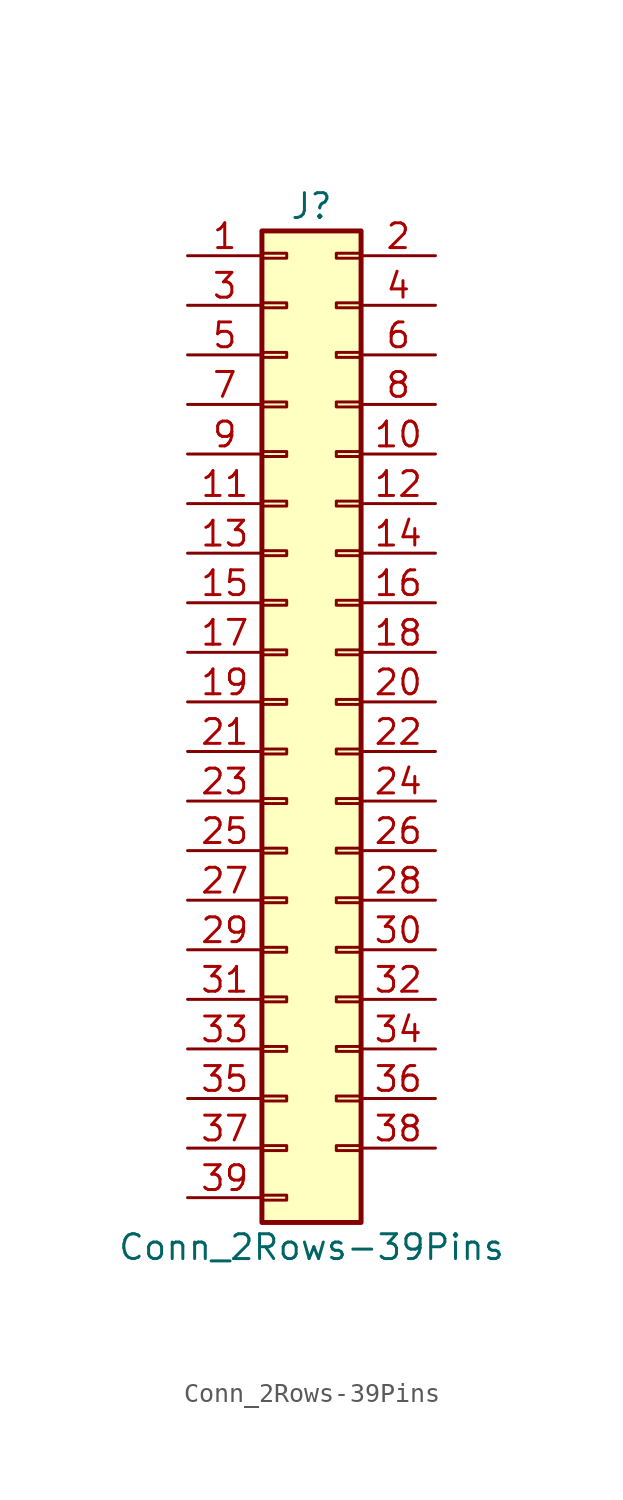
<source format=kicad_sym>
(kicad_symbol_lib
  (version 20201005)
  (generator kicad_symbol_editor)
  (symbol "Conn_2Rows-39Pins"
    (pin_names
      (offset 1.016) hide)
    (property "Reference" "J"
      (at 1.27 25.4 0)
      (effects (font (size 1.27 1.27))))
    (property "Value" "Conn_2Rows-39Pins"
      (at 1.27 -27.94 0)
      (effects (font (size 1.27 1.27))))
    (symbol "Conn_2Rows-39Pins_1_1"
      (rectangle (start -1.27 -25.273) (end 0 -25.527) (stroke (width 0.152)) (fill (type none)))
      (rectangle (start -1.27 -22.733) (end 0 -22.987) (stroke (width 0.152)) (fill (type none)))
      (rectangle (start -1.27 -20.193) (end 0 -20.447) (stroke (width 0.152)) (fill (type none)))
      (rectangle (start -1.27 -17.653) (end 0 -17.907) (stroke (width 0.152)) (fill (type none)))
      (rectangle (start -1.27 -15.113) (end 0 -15.367) (stroke (width 0.152)) (fill (type none)))
      (rectangle (start -1.27 -12.573) (end 0 -12.827) (stroke (width 0.152)) (fill (type none)))
      (rectangle (start -1.27 -10.033) (end 0 -10.287) (stroke (width 0.152)) (fill (type none)))
      (rectangle (start -1.27 -7.493) (end 0 -7.747) (stroke (width 0.152)) (fill (type none)))
      (rectangle (start -1.27 -4.953) (end 0 -5.207) (stroke (width 0.152)) (fill (type none)))
      (rectangle (start -1.27 -2.413) (end 0 -2.667) (stroke (width 0.152)) (fill (type none)))
      (rectangle (start -1.27 0.127) (end 0 -0.127) (stroke (width 0.152)) (fill (type none)))
      (rectangle (start -1.27 2.667) (end 0 2.413) (stroke (width 0.152)) (fill (type none)))
      (rectangle (start -1.27 5.207) (end 0 4.953) (stroke (width 0.152)) (fill (type none)))
      (rectangle (start -1.27 7.747) (end 0 7.493) (stroke (width 0.152)) (fill (type none)))
      (rectangle (start -1.27 10.287) (end 0 10.033) (stroke (width 0.152)) (fill (type none)))
      (rectangle (start -1.27 12.827) (end 0 12.573) (stroke (width 0.152)) (fill (type none)))
      (rectangle (start -1.27 15.367) (end 0 15.113) (stroke (width 0.152)) (fill (type none)))
      (rectangle (start -1.27 17.907) (end 0 17.653) (stroke (width 0.152)) (fill (type none)))
      (rectangle (start -1.27 20.447) (end 0 20.193) (stroke (width 0.152)) (fill (type none)))
      (rectangle (start -1.27 22.987) (end 0 22.733) (stroke (width 0.152)) (fill (type none)))
      (rectangle (start 3.81 -22.733) (end 2.54 -22.987) (stroke (width 0.152)) (fill (type none)))
      (rectangle (start 3.81 -20.193) (end 2.54 -20.447) (stroke (width 0.152)) (fill (type none)))
      (rectangle (start 3.81 -17.653) (end 2.54 -17.907) (stroke (width 0.152)) (fill (type none)))
      (rectangle (start 3.81 -15.113) (end 2.54 -15.367) (stroke (width 0.152)) (fill (type none)))
      (rectangle (start 3.81 -12.573) (end 2.54 -12.827) (stroke (width 0.152)) (fill (type none)))
      (rectangle (start 3.81 -10.033) (end 2.54 -10.287) (stroke (width 0.152)) (fill (type none)))
      (rectangle (start 3.81 -7.493) (end 2.54 -7.747) (stroke (width 0.152)) (fill (type none)))
      (rectangle (start 3.81 -4.953) (end 2.54 -5.207) (stroke (width 0.152)) (fill (type none)))
      (rectangle (start 3.81 -2.413) (end 2.54 -2.667) (stroke (width 0.152)) (fill (type none)))
      (rectangle (start 3.81 0.127) (end 2.54 -0.127) (stroke (width 0.152)) (fill (type none)))
      (rectangle (start 3.81 2.667) (end 2.54 2.413) (stroke (width 0.152)) (fill (type none)))
      (rectangle (start 3.81 5.207) (end 2.54 4.953) (stroke (width 0.152)) (fill (type none)))
      (rectangle (start 3.81 7.747) (end 2.54 7.493) (stroke (width 0.152)) (fill (type none)))
      (rectangle (start 3.81 10.287) (end 2.54 10.033) (stroke (width 0.152)) (fill (type none)))
      (rectangle (start 3.81 12.827) (end 2.54 12.573) (stroke (width 0.152)) (fill (type none)))
      (rectangle (start 3.81 15.367) (end 2.54 15.113) (stroke (width 0.152)) (fill (type none)))
      (rectangle (start 3.81 17.907) (end 2.54 17.653) (stroke (width 0.152)) (fill (type none)))
      (rectangle (start 3.81 20.447) (end 2.54 20.193) (stroke (width 0.152)) (fill (type none)))
      (rectangle (start 3.81 22.987) (end 2.54 22.733) (stroke (width 0.152)) (fill (type none)))
      (rectangle (start -1.27 24.13) (end 3.81 -26.67) (stroke (width 0.254)) (fill (type background)))
      (pin passive line (at -5.08 22.86 0) (length 3.81) (name "Pin_1" (effects (font (size 1.27 1.27)))) (number "1" (effects (font (size 1.27 1.27)))))
      (pin passive line (at 7.62 12.7 180) (length 3.81) (name "Pin_10" (effects (font (size 1.27 1.27)))) (number "10" (effects (font (size 1.27 1.27)))))
      (pin passive line (at -5.08 10.16 0) (length 3.81) (name "Pin_11" (effects (font (size 1.27 1.27)))) (number "11" (effects (font (size 1.27 1.27)))))
      (pin passive line (at 7.62 10.16 180) (length 3.81) (name "Pin_12" (effects (font (size 1.27 1.27)))) (number "12" (effects (font (size 1.27 1.27)))))
      (pin passive line (at -5.08 7.62 0) (length 3.81) (name "Pin_13" (effects (font (size 1.27 1.27)))) (number "13" (effects (font (size 1.27 1.27)))))
      (pin passive line (at 7.62 7.62 180) (length 3.81) (name "Pin_14" (effects (font (size 1.27 1.27)))) (number "14" (effects (font (size 1.27 1.27)))))
      (pin passive line (at -5.08 5.08 0) (length 3.81) (name "Pin_15" (effects (font (size 1.27 1.27)))) (number "15" (effects (font (size 1.27 1.27)))))
      (pin passive line (at 7.62 5.08 180) (length 3.81) (name "Pin_16" (effects (font (size 1.27 1.27)))) (number "16" (effects (font (size 1.27 1.27)))))
      (pin passive line (at -5.08 2.54 0) (length 3.81) (name "Pin_17" (effects (font (size 1.27 1.27)))) (number "17" (effects (font (size 1.27 1.27)))))
      (pin passive line (at 7.62 2.54 180) (length 3.81) (name "Pin_18" (effects (font (size 1.27 1.27)))) (number "18" (effects (font (size 1.27 1.27)))))
      (pin passive line (at -5.08 0 0) (length 3.81) (name "Pin_19" (effects (font (size 1.27 1.27)))) (number "19" (effects (font (size 1.27 1.27)))))
      (pin passive line (at 7.62 22.86 180) (length 3.81) (name "Pin_2" (effects (font (size 1.27 1.27)))) (number "2" (effects (font (size 1.27 1.27)))))
      (pin passive line (at 7.62 0 180) (length 3.81) (name "Pin_20" (effects (font (size 1.27 1.27)))) (number "20" (effects (font (size 1.27 1.27)))))
      (pin passive line (at -5.08 -2.54 0) (length 3.81) (name "Pin_21" (effects (font (size 1.27 1.27)))) (number "21" (effects (font (size 1.27 1.27)))))
      (pin passive line (at 7.62 -2.54 180) (length 3.81) (name "Pin_22" (effects (font (size 1.27 1.27)))) (number "22" (effects (font (size 1.27 1.27)))))
      (pin passive line (at -5.08 -5.08 0) (length 3.81) (name "Pin_23" (effects (font (size 1.27 1.27)))) (number "23" (effects (font (size 1.27 1.27)))))
      (pin passive line (at 7.62 -5.08 180) (length 3.81) (name "Pin_24" (effects (font (size 1.27 1.27)))) (number "24" (effects (font (size 1.27 1.27)))))
      (pin passive line (at -5.08 -7.62 0) (length 3.81) (name "Pin_25" (effects (font (size 1.27 1.27)))) (number "25" (effects (font (size 1.27 1.27)))))
      (pin passive line (at 7.62 -7.62 180) (length 3.81) (name "Pin_26" (effects (font (size 1.27 1.27)))) (number "26" (effects (font (size 1.27 1.27)))))
      (pin passive line (at -5.08 -10.16 0) (length 3.81) (name "Pin_27" (effects (font (size 1.27 1.27)))) (number "27" (effects (font (size 1.27 1.27)))))
      (pin passive line (at 7.62 -10.16 180) (length 3.81) (name "Pin_28" (effects (font (size 1.27 1.27)))) (number "28" (effects (font (size 1.27 1.27)))))
      (pin passive line (at -5.08 -12.7 0) (length 3.81) (name "Pin_29" (effects (font (size 1.27 1.27)))) (number "29" (effects (font (size 1.27 1.27)))))
      (pin passive line (at -5.08 20.32 0) (length 3.81) (name "Pin_3" (effects (font (size 1.27 1.27)))) (number "3" (effects (font (size 1.27 1.27)))))
      (pin passive line (at 7.62 -12.7 180) (length 3.81) (name "Pin_30" (effects (font (size 1.27 1.27)))) (number "30" (effects (font (size 1.27 1.27)))))
      (pin passive line (at -5.08 -15.24 0) (length 3.81) (name "Pin_31" (effects (font (size 1.27 1.27)))) (number "31" (effects (font (size 1.27 1.27)))))
      (pin passive line (at 7.62 -15.24 180) (length 3.81) (name "Pin_32" (effects (font (size 1.27 1.27)))) (number "32" (effects (font (size 1.27 1.27)))))
      (pin passive line (at -5.08 -17.78 0) (length 3.81) (name "Pin_33" (effects (font (size 1.27 1.27)))) (number "33" (effects (font (size 1.27 1.27)))))
      (pin passive line (at 7.62 -17.78 180) (length 3.81) (name "Pin_34" (effects (font (size 1.27 1.27)))) (number "34" (effects (font (size 1.27 1.27)))))
      (pin passive line (at -5.08 -20.32 0) (length 3.81) (name "Pin_35" (effects (font (size 1.27 1.27)))) (number "35" (effects (font (size 1.27 1.27)))))
      (pin passive line (at 7.62 -20.32 180) (length 3.81) (name "Pin_36" (effects (font (size 1.27 1.27)))) (number "36" (effects (font (size 1.27 1.27)))))
      (pin passive line (at -5.08 -22.86 0) (length 3.81) (name "Pin_37" (effects (font (size 1.27 1.27)))) (number "37" (effects (font (size 1.27 1.27)))))
      (pin passive line (at 7.62 -22.86 180) (length 3.81) (name "Pin_38" (effects (font (size 1.27 1.27)))) (number "38" (effects (font (size 1.27 1.27)))))
      (pin passive line (at -5.08 -25.4 0) (length 3.81) (name "Pin_39" (effects (font (size 1.27 1.27)))) (number "39" (effects (font (size 1.27 1.27)))))
      (pin passive line (at 7.62 20.32 180) (length 3.81) (name "Pin_4" (effects (font (size 1.27 1.27)))) (number "4" (effects (font (size 1.27 1.27)))))
      (pin passive line (at -5.08 17.78 0) (length 3.81) (name "Pin_5" (effects (font (size 1.27 1.27)))) (number "5" (effects (font (size 1.27 1.27)))))
      (pin passive line (at 7.62 17.78 180) (length 3.81) (name "Pin_6" (effects (font (size 1.27 1.27)))) (number "6" (effects (font (size 1.27 1.27)))))
      (pin passive line (at -5.08 15.24 0) (length 3.81) (name "Pin_7" (effects (font (size 1.27 1.27)))) (number "7" (effects (font (size 1.27 1.27)))))
      (pin passive line (at 7.62 15.24 180) (length 3.81) (name "Pin_8" (effects (font (size 1.27 1.27)))) (number "8" (effects (font (size 1.27 1.27)))))
      (pin passive line (at -5.08 12.7 0) (length 3.81) (name "Pin_9" (effects (font (size 1.27 1.27)))) (number "9" (effects (font (size 1.27 1.27))))))))
</source>
